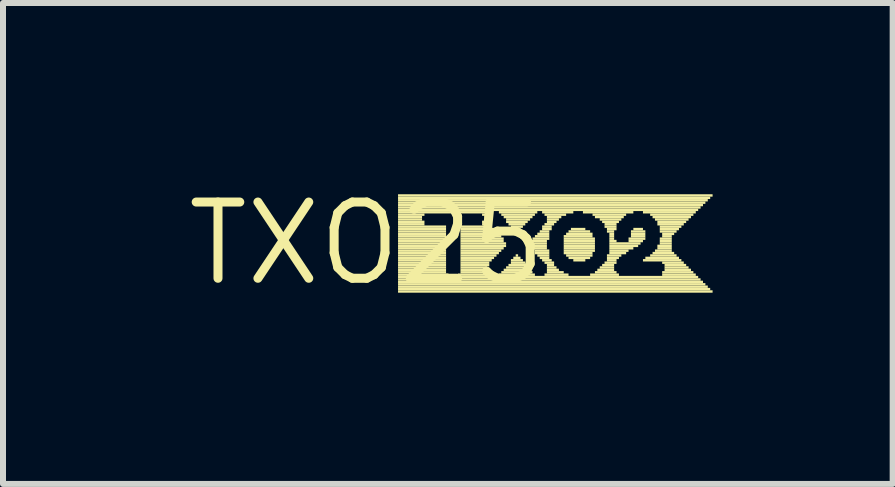
<source format=kicad_pcb>
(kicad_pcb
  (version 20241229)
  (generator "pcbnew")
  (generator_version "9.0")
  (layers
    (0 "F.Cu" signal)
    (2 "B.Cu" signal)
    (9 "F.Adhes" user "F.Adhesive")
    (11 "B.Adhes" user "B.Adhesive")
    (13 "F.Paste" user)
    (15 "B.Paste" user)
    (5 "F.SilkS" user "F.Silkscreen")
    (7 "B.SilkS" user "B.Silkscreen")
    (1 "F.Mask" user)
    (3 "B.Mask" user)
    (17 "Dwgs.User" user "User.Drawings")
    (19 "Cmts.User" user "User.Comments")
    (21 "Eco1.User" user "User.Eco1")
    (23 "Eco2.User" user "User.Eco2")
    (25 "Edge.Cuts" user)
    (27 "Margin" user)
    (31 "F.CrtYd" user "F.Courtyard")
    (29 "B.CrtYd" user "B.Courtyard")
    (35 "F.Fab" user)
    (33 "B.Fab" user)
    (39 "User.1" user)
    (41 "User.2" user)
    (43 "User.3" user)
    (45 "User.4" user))
  (footprint "TXO25"
    (layer "F.Cu")
    (at 3.061 1.006)
    (property "Reference" "TXO25" (at 0 0 0) (layer "F.SilkS") (effects (font (size 1.27 1.27) (thickness 0.15))))
    (fp_poly (pts (xy 0.52 -0.78) (xy 5.76 -0.78) (xy 5.76 -0.82) (xy 0.52 -0.82)) (stroke (width 0) (type solid)) (fill yes) (layer "F.SilkS"))
    (fp_poly (pts (xy 0.52 -0.74) (xy 5.72 -0.74) (xy 5.72 -0.78) (xy 0.52 -0.78)) (stroke (width 0) (type solid)) (fill yes) (layer "F.SilkS"))
    (fp_poly (pts (xy 0.52 -0.7) (xy 5.68 -0.7) (xy 5.68 -0.74) (xy 0.52 -0.74)) (stroke (width 0) (type solid)) (fill yes) (layer "F.SilkS"))
    (fp_poly (pts (xy 0.52 -0.66) (xy 5.64 -0.66) (xy 5.64 -0.7) (xy 0.52 -0.7)) (stroke (width 0) (type solid)) (fill yes) (layer "F.SilkS"))
    (fp_poly (pts (xy 0.52 -0.62) (xy 5.6 -0.62) (xy 5.6 -0.66) (xy 0.52 -0.66)) (stroke (width 0) (type solid)) (fill yes) (layer "F.SilkS"))
    (fp_poly (pts (xy 0.52 -0.58) (xy 5.56 -0.58) (xy 5.56 -0.62) (xy 0.52 -0.62)) (stroke (width 0) (type solid)) (fill yes) (layer "F.SilkS"))
    (fp_poly (pts (xy 0.52 -0.54) (xy 5.52 -0.54) (xy 5.52 -0.58) (xy 0.52 -0.58)) (stroke (width 0) (type solid)) (fill yes) (layer "F.SilkS"))
    (fp_poly (pts (xy 0.52 -0.5) (xy 2.08 -0.5) (xy 2.08 -0.54) (xy 0.52 -0.54)) (stroke (width 0) (type solid)) (fill yes) (layer "F.SilkS"))
    (fp_poly (pts (xy 0.52 -0.46) (xy 0.96 -0.46) (xy 0.96 -0.5) (xy 0.52 -0.5)) (stroke (width 0) (type solid)) (fill yes) (layer "F.SilkS"))
    (fp_poly (pts (xy 0.52 -0.42) (xy 0.92 -0.42) (xy 0.92 -0.46) (xy 0.52 -0.46)) (stroke (width 0) (type solid)) (fill yes) (layer "F.SilkS"))
    (fp_poly (pts (xy 0.52 -0.38) (xy 0.92 -0.38) (xy 0.92 -0.42) (xy 0.52 -0.42)) (stroke (width 0) (type solid)) (fill yes) (layer "F.SilkS"))
    (fp_poly (pts (xy 0.52 -0.34) (xy 0.96 -0.34) (xy 0.96 -0.38) (xy 0.52 -0.38)) (stroke (width 0) (type solid)) (fill yes) (layer "F.SilkS"))
    (fp_poly (pts (xy 0.52 -0.3) (xy 0.96 -0.3) (xy 0.96 -0.34) (xy 0.52 -0.34)) (stroke (width 0) (type solid)) (fill yes) (layer "F.SilkS"))
    (fp_poly (pts (xy 0.52 -0.26) (xy 1.32 -0.26) (xy 1.32 -0.3) (xy 0.52 -0.3)) (stroke (width 0) (type solid)) (fill yes) (layer "F.SilkS"))
    (fp_poly (pts (xy 0.52 -0.22) (xy 1.32 -0.22) (xy 1.32 -0.26) (xy 0.52 -0.26)) (stroke (width 0) (type solid)) (fill yes) (layer "F.SilkS"))
    (fp_poly (pts (xy 0.52 -0.18) (xy 1.32 -0.18) (xy 1.32 -0.22) (xy 0.52 -0.22)) (stroke (width 0) (type solid)) (fill yes) (layer "F.SilkS"))
    (fp_poly (pts (xy 0.52 -0.14) (xy 1.32 -0.14) (xy 1.32 -0.18) (xy 0.52 -0.18)) (stroke (width 0) (type solid)) (fill yes) (layer "F.SilkS"))
    (fp_poly (pts (xy 0.52 -0.1) (xy 1.32 -0.1) (xy 1.32 -0.14) (xy 0.52 -0.14)) (stroke (width 0) (type solid)) (fill yes) (layer "F.SilkS"))
    (fp_poly (pts (xy 0.52 -0.06) (xy 1.32 -0.06) (xy 1.32 -0.1) (xy 0.52 -0.1)) (stroke (width 0) (type solid)) (fill yes) (layer "F.SilkS"))
    (fp_poly (pts (xy 0.52 -0.02) (xy 1.32 -0.02) (xy 1.32 -0.06) (xy 0.52 -0.06)) (stroke (width 0) (type solid)) (fill yes) (layer "F.SilkS"))
    (fp_poly (pts (xy 0.52 0.02) (xy 1.32 0.02) (xy 1.32 -0.02) (xy 0.52 -0.02)) (stroke (width 0) (type solid)) (fill yes) (layer "F.SilkS"))
    (fp_poly (pts (xy 0.52 0.06) (xy 1.32 0.06) (xy 1.32 0.02) (xy 0.52 0.02)) (stroke (width 0) (type solid)) (fill yes) (layer "F.SilkS"))
    (fp_poly (pts (xy 0.52 0.1) (xy 1.32 0.1) (xy 1.32 0.06) (xy 0.52 0.06)) (stroke (width 0) (type solid)) (fill yes) (layer "F.SilkS"))
    (fp_poly (pts (xy 0.52 0.14) (xy 1.32 0.14) (xy 1.32 0.1) (xy 0.52 0.1)) (stroke (width 0) (type solid)) (fill yes) (layer "F.SilkS"))
    (fp_poly (pts (xy 0.52 0.18) (xy 1.32 0.18) (xy 1.32 0.14) (xy 0.52 0.14)) (stroke (width 0) (type solid)) (fill yes) (layer "F.SilkS"))
    (fp_poly (pts (xy 0.52 0.22) (xy 1.32 0.22) (xy 1.32 0.18) (xy 0.52 0.18)) (stroke (width 0) (type solid)) (fill yes) (layer "F.SilkS"))
    (fp_poly (pts (xy 0.52 0.26) (xy 1.32 0.26) (xy 1.32 0.22) (xy 0.52 0.22)) (stroke (width 0) (type solid)) (fill yes) (layer "F.SilkS"))
    (fp_poly (pts (xy 0.52 0.3) (xy 1.32 0.3) (xy 1.32 0.26) (xy 0.52 0.26)) (stroke (width 0) (type solid)) (fill yes) (layer "F.SilkS"))
    (fp_poly (pts (xy 0.52 0.34) (xy 1.32 0.34) (xy 1.32 0.3) (xy 0.52 0.3)) (stroke (width 0) (type solid)) (fill yes) (layer "F.SilkS"))
    (fp_poly (pts (xy 0.52 0.38) (xy 1.32 0.38) (xy 1.32 0.34) (xy 0.52 0.34)) (stroke (width 0) (type solid)) (fill yes) (layer "F.SilkS"))
    (fp_poly (pts (xy 0.52 0.42) (xy 1.32 0.42) (xy 1.32 0.38) (xy 0.52 0.38)) (stroke (width 0) (type solid)) (fill yes) (layer "F.SilkS"))
    (fp_poly (pts (xy 0.52 0.46) (xy 1.32 0.46) (xy 1.32 0.42) (xy 0.52 0.42)) (stroke (width 0) (type solid)) (fill yes) (layer "F.SilkS"))
    (fp_poly (pts (xy 0.52 0.5) (xy 1.32 0.5) (xy 1.32 0.46) (xy 0.52 0.46)) (stroke (width 0) (type solid)) (fill yes) (layer "F.SilkS"))
    (fp_poly (pts (xy 0.52 0.54) (xy 1.36 0.54) (xy 1.36 0.5) (xy 0.52 0.5)) (stroke (width 0) (type solid)) (fill yes) (layer "F.SilkS"))
    (fp_poly (pts (xy 0.52 0.58) (xy 5.52 0.58) (xy 5.52 0.54) (xy 0.52 0.54)) (stroke (width 0) (type solid)) (fill yes) (layer "F.SilkS"))
    (fp_poly (pts (xy 0.52 0.62) (xy 5.56 0.62) (xy 5.56 0.58) (xy 0.52 0.58)) (stroke (width 0) (type solid)) (fill yes) (layer "F.SilkS"))
    (fp_poly (pts (xy 0.52 0.66) (xy 5.6 0.66) (xy 5.6 0.62) (xy 0.52 0.62)) (stroke (width 0) (type solid)) (fill yes) (layer "F.SilkS"))
    (fp_poly (pts (xy 0.52 0.7) (xy 5.64 0.7) (xy 5.64 0.66) (xy 0.52 0.66)) (stroke (width 0) (type solid)) (fill yes) (layer "F.SilkS"))
    (fp_poly (pts (xy 0.52 0.74) (xy 5.68 0.74) (xy 5.68 0.7) (xy 0.52 0.7)) (stroke (width 0) (type solid)) (fill yes) (layer "F.SilkS"))
    (fp_poly (pts (xy 0.52 0.78) (xy 5.72 0.78) (xy 5.72 0.74) (xy 0.52 0.74)) (stroke (width 0) (type solid)) (fill yes) (layer "F.SilkS"))
    (fp_poly (pts (xy 0.52 0.82) (xy 5.76 0.82) (xy 5.76 0.78) (xy 0.52 0.78)) (stroke (width 0) (type solid)) (fill yes) (layer "F.SilkS"))
    (fp_poly (pts (xy 1.52 0.54) (xy 2.08 0.54) (xy 2.08 0.5) (xy 1.52 0.5)) (stroke (width 0) (type solid)) (fill yes) (layer "F.SilkS"))
    (fp_poly (pts (xy 1.56 -0.26) (xy 2.08 -0.26) (xy 2.08 -0.3) (xy 1.56 -0.3)) (stroke (width 0) (type solid)) (fill yes) (layer "F.SilkS"))
    (fp_poly (pts (xy 1.56 -0.22) (xy 2.12 -0.22) (xy 2.12 -0.26) (xy 1.56 -0.26)) (stroke (width 0) (type solid)) (fill yes) (layer "F.SilkS"))
    (fp_poly (pts (xy 1.56 -0.18) (xy 2.16 -0.18) (xy 2.16 -0.22) (xy 1.56 -0.22)) (stroke (width 0) (type solid)) (fill yes) (layer "F.SilkS"))
    (fp_poly (pts (xy 1.56 -0.14) (xy 2.2 -0.14) (xy 2.2 -0.18) (xy 1.56 -0.18)) (stroke (width 0) (type solid)) (fill yes) (layer "F.SilkS"))
    (fp_poly (pts (xy 1.56 -0.1) (xy 2.24 -0.1) (xy 2.24 -0.14) (xy 1.56 -0.14)) (stroke (width 0) (type solid)) (fill yes) (layer "F.SilkS"))
    (fp_poly (pts (xy 1.56 -0.06) (xy 2.28 -0.06) (xy 2.28 -0.1) (xy 1.56 -0.1)) (stroke (width 0) (type solid)) (fill yes) (layer "F.SilkS"))
    (fp_poly (pts (xy 1.56 -0.02) (xy 2.28 -0.02) (xy 2.28 -0.06) (xy 1.56 -0.06)) (stroke (width 0) (type solid)) (fill yes) (layer "F.SilkS"))
    (fp_poly (pts (xy 1.56 0.02) (xy 2.32 0.02) (xy 2.32 -0.02) (xy 1.56 -0.02)) (stroke (width 0) (type solid)) (fill yes) (layer "F.SilkS"))
    (fp_poly (pts (xy 1.56 0.06) (xy 2.32 0.06) (xy 2.32 0.02) (xy 1.56 0.02)) (stroke (width 0) (type solid)) (fill yes) (layer "F.SilkS"))
    (fp_poly (pts (xy 1.56 0.1) (xy 2.28 0.1) (xy 2.28 0.06) (xy 1.56 0.06)) (stroke (width 0) (type solid)) (fill yes) (layer "F.SilkS"))
    (fp_poly (pts (xy 1.56 0.14) (xy 2.24 0.14) (xy 2.24 0.1) (xy 1.56 0.1)) (stroke (width 0) (type solid)) (fill yes) (layer "F.SilkS"))
    (fp_poly (pts (xy 1.56 0.18) (xy 2.2 0.18) (xy 2.2 0.14) (xy 1.56 0.14)) (stroke (width 0) (type solid)) (fill yes) (layer "F.SilkS"))
    (fp_poly (pts (xy 1.56 0.22) (xy 2.16 0.22) (xy 2.16 0.18) (xy 1.56 0.18)) (stroke (width 0) (type solid)) (fill yes) (layer "F.SilkS"))
    (fp_poly (pts (xy 1.56 0.26) (xy 2.12 0.26) (xy 2.12 0.22) (xy 1.56 0.22)) (stroke (width 0) (type solid)) (fill yes) (layer "F.SilkS"))
    (fp_poly (pts (xy 1.56 0.3) (xy 2.08 0.3) (xy 2.08 0.26) (xy 1.56 0.26)) (stroke (width 0) (type solid)) (fill yes) (layer "F.SilkS"))
    (fp_poly (pts (xy 1.56 0.34) (xy 2.04 0.34) (xy 2.04 0.3) (xy 1.56 0.3)) (stroke (width 0) (type solid)) (fill yes) (layer "F.SilkS"))
    (fp_poly (pts (xy 1.56 0.38) (xy 2.04 0.38) (xy 2.04 0.34) (xy 1.56 0.34)) (stroke (width 0) (type solid)) (fill yes) (layer "F.SilkS"))
    (fp_poly (pts (xy 1.56 0.42) (xy 2 0.42) (xy 2 0.38) (xy 1.56 0.38)) (stroke (width 0) (type solid)) (fill yes) (layer "F.SilkS"))
    (fp_poly (pts (xy 1.56 0.46) (xy 2 0.46) (xy 2 0.42) (xy 1.56 0.42)) (stroke (width 0) (type solid)) (fill yes) (layer "F.SilkS"))
    (fp_poly (pts (xy 1.56 0.5) (xy 2.04 0.5) (xy 2.04 0.46) (xy 1.56 0.46)) (stroke (width 0) (type solid)) (fill yes) (layer "F.SilkS"))
    (fp_poly (pts (xy 1.92 -0.46) (xy 2.04 -0.46) (xy 2.04 -0.5) (xy 1.92 -0.5)) (stroke (width 0) (type solid)) (fill yes) (layer "F.SilkS"))
    (fp_poly (pts (xy 1.92 -0.34) (xy 2 -0.34) (xy 2 -0.38) (xy 1.92 -0.38)) (stroke (width 0) (type solid)) (fill yes) (layer "F.SilkS"))
    (fp_poly (pts (xy 1.92 -0.3) (xy 2.04 -0.3) (xy 2.04 -0.34) (xy 1.92 -0.34)) (stroke (width 0) (type solid)) (fill yes) (layer "F.SilkS"))
    (fp_poly (pts (xy 1.96 -0.42) (xy 2 -0.42) (xy 2 -0.46) (xy 1.96 -0.46)) (stroke (width 0) (type solid)) (fill yes) (layer "F.SilkS"))
    (fp_poly (pts (xy 1.96 -0.38) (xy 2 -0.38) (xy 2 -0.42) (xy 1.96 -0.42)) (stroke (width 0) (type solid)) (fill yes) (layer "F.SilkS"))
    (fp_poly (pts (xy 2.2 -0.5) (xy 2.84 -0.5) (xy 2.84 -0.54) (xy 2.2 -0.54)) (stroke (width 0) (type solid)) (fill yes) (layer "F.SilkS"))
    (fp_poly (pts (xy 2.2 0.54) (xy 2.8 0.54) (xy 2.8 0.5) (xy 2.2 0.5)) (stroke (width 0) (type solid)) (fill yes) (layer "F.SilkS"))
    (fp_poly (pts (xy 2.24 -0.46) (xy 2.8 -0.46) (xy 2.8 -0.5) (xy 2.24 -0.5)) (stroke (width 0) (type solid)) (fill yes) (layer "F.SilkS"))
    (fp_poly (pts (xy 2.24 0.5) (xy 2.76 0.5) (xy 2.76 0.46) (xy 2.24 0.46)) (stroke (width 0) (type solid)) (fill yes) (layer "F.SilkS"))
    (fp_poly (pts (xy 2.28 -0.42) (xy 2.76 -0.42) (xy 2.76 -0.46) (xy 2.28 -0.46)) (stroke (width 0) (type solid)) (fill yes) (layer "F.SilkS"))
    (fp_poly (pts (xy 2.28 0.46) (xy 2.72 0.46) (xy 2.72 0.42) (xy 2.28 0.42)) (stroke (width 0) (type solid)) (fill yes) (layer "F.SilkS"))
    (fp_poly (pts (xy 2.32 -0.38) (xy 2.72 -0.38) (xy 2.72 -0.42) (xy 2.32 -0.42)) (stroke (width 0) (type solid)) (fill yes) (layer "F.SilkS"))
    (fp_poly (pts (xy 2.32 -0.34) (xy 2.68 -0.34) (xy 2.68 -0.38) (xy 2.32 -0.38)) (stroke (width 0) (type solid)) (fill yes) (layer "F.SilkS"))
    (fp_poly (pts (xy 2.32 0.42) (xy 2.72 0.42) (xy 2.72 0.38) (xy 2.32 0.38)) (stroke (width 0) (type solid)) (fill yes) (layer "F.SilkS"))
    (fp_poly (pts (xy 2.36 -0.3) (xy 2.64 -0.3) (xy 2.64 -0.34) (xy 2.36 -0.34)) (stroke (width 0) (type solid)) (fill yes) (layer "F.SilkS"))
    (fp_poly (pts (xy 2.36 0.38) (xy 2.68 0.38) (xy 2.68 0.34) (xy 2.36 0.34)) (stroke (width 0) (type solid)) (fill yes) (layer "F.SilkS"))
    (fp_poly (pts (xy 2.4 -0.26) (xy 2.6 -0.26) (xy 2.6 -0.3) (xy 2.4 -0.3)) (stroke (width 0) (type solid)) (fill yes) (layer "F.SilkS"))
    (fp_poly (pts (xy 2.4 0.3) (xy 2.6 0.3) (xy 2.6 0.26) (xy 2.4 0.26)) (stroke (width 0) (type solid)) (fill yes) (layer "F.SilkS"))
    (fp_poly (pts (xy 2.4 0.34) (xy 2.64 0.34) (xy 2.64 0.3) (xy 2.4 0.3)) (stroke (width 0) (type solid)) (fill yes) (layer "F.SilkS"))
    (fp_poly (pts (xy 2.44 -0.22) (xy 2.56 -0.22) (xy 2.56 -0.26) (xy 2.44 -0.26)) (stroke (width 0) (type solid)) (fill yes) (layer "F.SilkS"))
    (fp_poly (pts (xy 2.44 0.26) (xy 2.56 0.26) (xy 2.56 0.22) (xy 2.44 0.22)) (stroke (width 0) (type solid)) (fill yes) (layer "F.SilkS"))
    (fp_poly (pts (xy 2.48 -0.18) (xy 2.52 -0.18) (xy 2.52 -0.22) (xy 2.48 -0.22)) (stroke (width 0) (type solid)) (fill yes) (layer "F.SilkS"))
    (fp_poly (pts (xy 2.48 0.22) (xy 2.52 0.22) (xy 2.52 0.18) (xy 2.48 0.18)) (stroke (width 0) (type solid)) (fill yes) (layer "F.SilkS"))
    (fp_poly (pts (xy 2.68 0.02) (xy 3 0.02) (xy 3 -0.02) (xy 2.68 -0.02)) (stroke (width 0) (type solid)) (fill yes) (layer "F.SilkS"))
    (fp_poly (pts (xy 2.72 -0.02) (xy 3 -0.02) (xy 3 -0.06) (xy 2.72 -0.06)) (stroke (width 0) (type solid)) (fill yes) (layer "F.SilkS"))
    (fp_poly (pts (xy 2.72 0.06) (xy 3 0.06) (xy 3 0.02) (xy 2.72 0.02)) (stroke (width 0) (type solid)) (fill yes) (layer "F.SilkS"))
    (fp_poly (pts (xy 2.76 -0.06) (xy 3.04 -0.06) (xy 3.04 -0.1) (xy 2.76 -0.1)) (stroke (width 0) (type solid)) (fill yes) (layer "F.SilkS"))
    (fp_poly (pts (xy 2.76 0.1) (xy 3 0.1) (xy 3 0.06) (xy 2.76 0.06)) (stroke (width 0) (type solid)) (fill yes) (layer "F.SilkS"))
    (fp_poly (pts (xy 2.8 -0.1) (xy 3.04 -0.1) (xy 3.04 -0.14) (xy 2.8 -0.14)) (stroke (width 0) (type solid)) (fill yes) (layer "F.SilkS"))
    (fp_poly (pts (xy 2.8 0.14) (xy 3.04 0.14) (xy 3.04 0.1) (xy 2.8 0.1)) (stroke (width 0) (type solid)) (fill yes) (layer "F.SilkS"))
    (fp_poly (pts (xy 2.8 0.18) (xy 3.04 0.18) (xy 3.04 0.14) (xy 2.8 0.14)) (stroke (width 0) (type solid)) (fill yes) (layer "F.SilkS"))
    (fp_poly (pts (xy 2.84 -0.14) (xy 3.04 -0.14) (xy 3.04 -0.18) (xy 2.84 -0.18)) (stroke (width 0) (type solid)) (fill yes) (layer "F.SilkS"))
    (fp_poly (pts (xy 2.84 0.22) (xy 3.04 0.22) (xy 3.04 0.18) (xy 2.84 0.18)) (stroke (width 0) (type solid)) (fill yes) (layer "F.SilkS"))
    (fp_poly (pts (xy 2.88 -0.18) (xy 3.04 -0.18) (xy 3.04 -0.22) (xy 2.88 -0.22)) (stroke (width 0) (type solid)) (fill yes) (layer "F.SilkS"))
    (fp_poly (pts (xy 2.88 0.26) (xy 3.04 0.26) (xy 3.04 0.22) (xy 2.88 0.22)) (stroke (width 0) (type solid)) (fill yes) (layer "F.SilkS"))
    (fp_poly (pts (xy 2.92 -0.5) (xy 3.44 -0.5) (xy 3.44 -0.54) (xy 2.92 -0.54)) (stroke (width 0) (type solid)) (fill yes) (layer "F.SilkS"))
    (fp_poly (pts (xy 2.92 -0.26) (xy 3.08 -0.26) (xy 3.08 -0.3) (xy 2.92 -0.3)) (stroke (width 0) (type solid)) (fill yes) (layer "F.SilkS"))
    (fp_poly (pts (xy 2.92 -0.22) (xy 3.08 -0.22) (xy 3.08 -0.26) (xy 2.92 -0.26)) (stroke (width 0) (type solid)) (fill yes) (layer "F.SilkS"))
    (fp_poly (pts (xy 2.92 0.3) (xy 3.08 0.3) (xy 3.08 0.26) (xy 2.92 0.26)) (stroke (width 0) (type solid)) (fill yes) (layer "F.SilkS"))
    (fp_poly (pts (xy 2.96 -0.46) (xy 3.32 -0.46) (xy 3.32 -0.5) (xy 2.96 -0.5)) (stroke (width 0) (type solid)) (fill yes) (layer "F.SilkS"))
    (fp_poly (pts (xy 2.96 -0.3) (xy 3.12 -0.3) (xy 3.12 -0.34) (xy 2.96 -0.34)) (stroke (width 0) (type solid)) (fill yes) (layer "F.SilkS"))
    (fp_poly (pts (xy 2.96 0.34) (xy 3.12 0.34) (xy 3.12 0.3) (xy 2.96 0.3)) (stroke (width 0) (type solid)) (fill yes) (layer "F.SilkS"))
    (fp_poly (pts (xy 2.96 0.54) (xy 3.36 0.54) (xy 3.36 0.5) (xy 2.96 0.5)) (stroke (width 0) (type solid)) (fill yes) (layer "F.SilkS"))
    (fp_poly (pts (xy 3 -0.42) (xy 3.24 -0.42) (xy 3.24 -0.46) (xy 3 -0.46)) (stroke (width 0) (type solid)) (fill yes) (layer "F.SilkS"))
    (fp_poly (pts (xy 3 -0.38) (xy 3.2 -0.38) (xy 3.2 -0.42) (xy 3 -0.42)) (stroke (width 0) (type solid)) (fill yes) (layer "F.SilkS"))
    (fp_poly (pts (xy 3 -0.34) (xy 3.16 -0.34) (xy 3.16 -0.38) (xy 3 -0.38)) (stroke (width 0) (type solid)) (fill yes) (layer "F.SilkS"))
    (fp_poly (pts (xy 3 0.38) (xy 3.12 0.38) (xy 3.12 0.34) (xy 3 0.34)) (stroke (width 0) (type solid)) (fill yes) (layer "F.SilkS"))
    (fp_poly (pts (xy 3 0.42) (xy 3.16 0.42) (xy 3.16 0.38) (xy 3 0.38)) (stroke (width 0) (type solid)) (fill yes) (layer "F.SilkS"))
    (fp_poly (pts (xy 3 0.46) (xy 3.2 0.46) (xy 3.2 0.42) (xy 3 0.42)) (stroke (width 0) (type solid)) (fill yes) (layer "F.SilkS"))
    (fp_poly (pts (xy 3 0.5) (xy 3.28 0.5) (xy 3.28 0.46) (xy 3 0.46)) (stroke (width 0) (type solid)) (fill yes) (layer "F.SilkS"))
    (fp_poly (pts (xy 3.28 -0.1) (xy 3.76 -0.1) (xy 3.76 -0.14) (xy 3.28 -0.14)) (stroke (width 0) (type solid)) (fill yes) (layer "F.SilkS"))
    (fp_poly (pts (xy 3.28 -0.06) (xy 3.8 -0.06) (xy 3.8 -0.1) (xy 3.28 -0.1)) (stroke (width 0) (type solid)) (fill yes) (layer "F.SilkS"))
    (fp_poly (pts (xy 3.28 -0.02) (xy 3.8 -0.02) (xy 3.8 -0.06) (xy 3.28 -0.06)) (stroke (width 0) (type solid)) (fill yes) (layer "F.SilkS"))
    (fp_poly (pts (xy 3.28 0.02) (xy 3.8 0.02) (xy 3.8 -0.02) (xy 3.28 -0.02)) (stroke (width 0) (type solid)) (fill yes) (layer "F.SilkS"))
    (fp_poly (pts (xy 3.28 0.06) (xy 3.8 0.06) (xy 3.8 0.02) (xy 3.28 0.02)) (stroke (width 0) (type solid)) (fill yes) (layer "F.SilkS"))
    (fp_poly (pts (xy 3.28 0.1) (xy 3.8 0.1) (xy 3.8 0.06) (xy 3.28 0.06)) (stroke (width 0) (type solid)) (fill yes) (layer "F.SilkS"))
    (fp_poly (pts (xy 3.28 0.14) (xy 3.8 0.14) (xy 3.8 0.1) (xy 3.28 0.1)) (stroke (width 0) (type solid)) (fill yes) (layer "F.SilkS"))
    (fp_poly (pts (xy 3.28 0.18) (xy 3.76 0.18) (xy 3.76 0.14) (xy 3.28 0.14)) (stroke (width 0) (type solid)) (fill yes) (layer "F.SilkS"))
    (fp_poly (pts (xy 3.32 -0.14) (xy 3.76 -0.14) (xy 3.76 -0.18) (xy 3.32 -0.18)) (stroke (width 0) (type solid)) (fill yes) (layer "F.SilkS"))
    (fp_poly (pts (xy 3.32 0.22) (xy 3.76 0.22) (xy 3.76 0.18) (xy 3.32 0.18)) (stroke (width 0) (type solid)) (fill yes) (layer "F.SilkS"))
    (fp_poly (pts (xy 3.36 -0.18) (xy 3.72 -0.18) (xy 3.72 -0.22) (xy 3.36 -0.22)) (stroke (width 0) (type solid)) (fill yes) (layer "F.SilkS"))
    (fp_poly (pts (xy 3.36 0.26) (xy 3.72 0.26) (xy 3.72 0.22) (xy 3.36 0.22)) (stroke (width 0) (type solid)) (fill yes) (layer "F.SilkS"))
    (fp_poly (pts (xy 3.4 -0.22) (xy 3.64 -0.22) (xy 3.64 -0.26) (xy 3.4 -0.26)) (stroke (width 0) (type solid)) (fill yes) (layer "F.SilkS"))
    (fp_poly (pts (xy 3.44 0.3) (xy 3.64 0.3) (xy 3.64 0.26) (xy 3.44 0.26)) (stroke (width 0) (type solid)) (fill yes) (layer "F.SilkS"))
    (fp_poly (pts (xy 3.6 -0.5) (xy 4.44 -0.5) (xy 4.44 -0.54) (xy 3.6 -0.54)) (stroke (width 0) (type solid)) (fill yes) (layer "F.SilkS"))
    (fp_poly (pts (xy 3.72 0.54) (xy 4.2 0.54) (xy 4.2 0.5) (xy 3.72 0.5)) (stroke (width 0) (type solid)) (fill yes) (layer "F.SilkS"))
    (fp_poly (pts (xy 3.76 -0.46) (xy 4.32 -0.46) (xy 4.32 -0.5) (xy 3.76 -0.5)) (stroke (width 0) (type solid)) (fill yes) (layer "F.SilkS"))
    (fp_poly (pts (xy 3.8 -0.42) (xy 4.28 -0.42) (xy 4.28 -0.46) (xy 3.8 -0.46)) (stroke (width 0) (type solid)) (fill yes) (layer "F.SilkS"))
    (fp_poly (pts (xy 3.8 0.5) (xy 4.16 0.5) (xy 4.16 0.46) (xy 3.8 0.46)) (stroke (width 0) (type solid)) (fill yes) (layer "F.SilkS"))
    (fp_poly (pts (xy 3.84 0.46) (xy 4.12 0.46) (xy 4.12 0.42) (xy 3.84 0.42)) (stroke (width 0) (type solid)) (fill yes) (layer "F.SilkS"))
    (fp_poly (pts (xy 3.88 -0.38) (xy 4.24 -0.38) (xy 4.24 -0.42) (xy 3.88 -0.42)) (stroke (width 0) (type solid)) (fill yes) (layer "F.SilkS"))
    (fp_poly (pts (xy 3.88 0.42) (xy 4.12 0.42) (xy 4.12 0.38) (xy 3.88 0.38)) (stroke (width 0) (type solid)) (fill yes) (layer "F.SilkS"))
    (fp_poly (pts (xy 3.92 -0.34) (xy 4.2 -0.34) (xy 4.2 -0.38) (xy 3.92 -0.38)) (stroke (width 0) (type solid)) (fill yes) (layer "F.SilkS"))
    (fp_poly (pts (xy 3.92 0.38) (xy 4.12 0.38) (xy 4.12 0.34) (xy 3.92 0.34)) (stroke (width 0) (type solid)) (fill yes) (layer "F.SilkS"))
    (fp_poly (pts (xy 3.96 -0.3) (xy 4.16 -0.3) (xy 4.16 -0.34) (xy 3.96 -0.34)) (stroke (width 0) (type solid)) (fill yes) (layer "F.SilkS"))
    (fp_poly (pts (xy 3.96 -0.26) (xy 4.16 -0.26) (xy 4.16 -0.3) (xy 3.96 -0.3)) (stroke (width 0) (type solid)) (fill yes) (layer "F.SilkS"))
    (fp_poly (pts (xy 3.96 0.34) (xy 4.16 0.34) (xy 4.16 0.3) (xy 3.96 0.3)) (stroke (width 0) (type solid)) (fill yes) (layer "F.SilkS"))
    (fp_poly (pts (xy 4 -0.22) (xy 4.16 -0.22) (xy 4.16 -0.26) (xy 4 -0.26)) (stroke (width 0) (type solid)) (fill yes) (layer "F.SilkS"))
    (fp_poly (pts (xy 4 -0.18) (xy 4.12 -0.18) (xy 4.12 -0.22) (xy 4 -0.22)) (stroke (width 0) (type solid)) (fill yes) (layer "F.SilkS"))
    (fp_poly (pts (xy 4 0.22) (xy 4.24 0.22) (xy 4.24 0.18) (xy 4 0.18)) (stroke (width 0) (type solid)) (fill yes) (layer "F.SilkS"))
    (fp_poly (pts (xy 4 0.26) (xy 4.2 0.26) (xy 4.2 0.22) (xy 4 0.22)) (stroke (width 0) (type solid)) (fill yes) (layer "F.SilkS"))
    (fp_poly (pts (xy 4 0.3) (xy 4.16 0.3) (xy 4.16 0.26) (xy 4 0.26)) (stroke (width 0) (type solid)) (fill yes) (layer "F.SilkS"))
    (fp_poly (pts (xy 4.04 -0.14) (xy 4.12 -0.14) (xy 4.12 -0.18) (xy 4.04 -0.18)) (stroke (width 0) (type solid)) (fill yes) (layer "F.SilkS"))
    (fp_poly (pts (xy 4.04 -0.1) (xy 4.12 -0.1) (xy 4.12 -0.14) (xy 4.04 -0.14)) (stroke (width 0) (type solid)) (fill yes) (layer "F.SilkS"))
    (fp_poly (pts (xy 4.04 -0.06) (xy 4.12 -0.06) (xy 4.12 -0.1) (xy 4.04 -0.1)) (stroke (width 0) (type solid)) (fill yes) (layer "F.SilkS"))
    (fp_poly (pts (xy 4.04 -0.02) (xy 4.16 -0.02) (xy 4.16 -0.06) (xy 4.04 -0.06)) (stroke (width 0) (type solid)) (fill yes) (layer "F.SilkS"))
    (fp_poly (pts (xy 4.04 0.02) (xy 4.56 0.02) (xy 4.56 -0.02) (xy 4.04 -0.02)) (stroke (width 0) (type solid)) (fill yes) (layer "F.SilkS"))
    (fp_poly (pts (xy 4.04 0.06) (xy 4.52 0.06) (xy 4.52 0.02) (xy 4.04 0.02)) (stroke (width 0) (type solid)) (fill yes) (layer "F.SilkS"))
    (fp_poly (pts (xy 4.04 0.1) (xy 4.44 0.1) (xy 4.44 0.06) (xy 4.04 0.06)) (stroke (width 0) (type solid)) (fill yes) (layer "F.SilkS"))
    (fp_poly (pts (xy 4.04 0.14) (xy 4.36 0.14) (xy 4.36 0.1) (xy 4.04 0.1)) (stroke (width 0) (type solid)) (fill yes) (layer "F.SilkS"))
    (fp_poly (pts (xy 4.04 0.18) (xy 4.32 0.18) (xy 4.32 0.14) (xy 4.04 0.14)) (stroke (width 0) (type solid)) (fill yes) (layer "F.SilkS"))
    (fp_poly (pts (xy 4.36 -0.06) (xy 4.64 -0.06) (xy 4.64 -0.1) (xy 4.36 -0.1)) (stroke (width 0) (type solid)) (fill yes) (layer "F.SilkS"))
    (fp_poly (pts (xy 4.36 -0.02) (xy 4.6 -0.02) (xy 4.6 -0.06) (xy 4.36 -0.06)) (stroke (width 0) (type solid)) (fill yes) (layer "F.SilkS"))
    (fp_poly (pts (xy 4.4 -0.18) (xy 4.64 -0.18) (xy 4.64 -0.22) (xy 4.4 -0.22)) (stroke (width 0) (type solid)) (fill yes) (layer "F.SilkS"))
    (fp_poly (pts (xy 4.4 -0.14) (xy 4.64 -0.14) (xy 4.64 -0.18) (xy 4.4 -0.18)) (stroke (width 0) (type solid)) (fill yes) (layer "F.SilkS"))
    (fp_poly (pts (xy 4.4 -0.1) (xy 4.64 -0.1) (xy 4.64 -0.14) (xy 4.4 -0.14)) (stroke (width 0) (type solid)) (fill yes) (layer "F.SilkS"))
    (fp_poly (pts (xy 4.44 -0.22) (xy 4.6 -0.22) (xy 4.6 -0.26) (xy 4.44 -0.26)) (stroke (width 0) (type solid)) (fill yes) (layer "F.SilkS"))
    (fp_poly (pts (xy 4.6 -0.5) (xy 5.48 -0.5) (xy 5.48 -0.54) (xy 4.6 -0.54)) (stroke (width 0) (type solid)) (fill yes) (layer "F.SilkS"))
    (fp_poly (pts (xy 4.6 0.3) (xy 5.24 0.3) (xy 5.24 0.26) (xy 4.6 0.26)) (stroke (width 0) (type solid)) (fill yes) (layer "F.SilkS"))
    (fp_poly (pts (xy 4.64 0.26) (xy 5.2 0.26) (xy 5.2 0.22) (xy 4.64 0.22)) (stroke (width 0) (type solid)) (fill yes) (layer "F.SilkS"))
    (fp_poly (pts (xy 4.72 -0.46) (xy 5.44 -0.46) (xy 5.44 -0.5) (xy 4.72 -0.5)) (stroke (width 0) (type solid)) (fill yes) (layer "F.SilkS"))
    (fp_poly (pts (xy 4.72 0.22) (xy 5.16 0.22) (xy 5.16 0.18) (xy 4.72 0.18)) (stroke (width 0) (type solid)) (fill yes) (layer "F.SilkS"))
    (fp_poly (pts (xy 4.76 -0.42) (xy 5.4 -0.42) (xy 5.4 -0.46) (xy 4.76 -0.46)) (stroke (width 0) (type solid)) (fill yes) (layer "F.SilkS"))
    (fp_poly (pts (xy 4.76 0.18) (xy 5.12 0.18) (xy 5.12 0.14) (xy 4.76 0.14)) (stroke (width 0) (type solid)) (fill yes) (layer "F.SilkS"))
    (fp_poly (pts (xy 4.8 -0.38) (xy 5.36 -0.38) (xy 5.36 -0.42) (xy 4.8 -0.42)) (stroke (width 0) (type solid)) (fill yes) (layer "F.SilkS"))
    (fp_poly (pts (xy 4.8 0.14) (xy 5.08 0.14) (xy 5.08 0.1) (xy 4.8 0.1)) (stroke (width 0) (type solid)) (fill yes) (layer "F.SilkS"))
    (fp_poly (pts (xy 4.84 -0.34) (xy 5.32 -0.34) (xy 5.32 -0.38) (xy 4.84 -0.38)) (stroke (width 0) (type solid)) (fill yes) (layer "F.SilkS"))
    (fp_poly (pts (xy 4.84 -0.3) (xy 5.28 -0.3) (xy 5.28 -0.34) (xy 4.84 -0.34)) (stroke (width 0) (type solid)) (fill yes) (layer "F.SilkS"))
    (fp_poly (pts (xy 4.84 0.06) (xy 5.08 0.06) (xy 5.08 0.02) (xy 4.84 0.02)) (stroke (width 0) (type solid)) (fill yes) (layer "F.SilkS"))
    (fp_poly (pts (xy 4.84 0.1) (xy 5.08 0.1) (xy 5.08 0.06) (xy 4.84 0.06)) (stroke (width 0) (type solid)) (fill yes) (layer "F.SilkS"))
    (fp_poly (pts (xy 4.88 -0.26) (xy 5.24 -0.26) (xy 5.24 -0.3) (xy 4.88 -0.3)) (stroke (width 0) (type solid)) (fill yes) (layer "F.SilkS"))
    (fp_poly (pts (xy 4.88 -0.22) (xy 5.2 -0.22) (xy 5.2 -0.26) (xy 4.88 -0.26)) (stroke (width 0) (type solid)) (fill yes) (layer "F.SilkS"))
    (fp_poly (pts (xy 4.88 -0.18) (xy 5.16 -0.18) (xy 5.16 -0.22) (xy 4.88 -0.22)) (stroke (width 0) (type solid)) (fill yes) (layer "F.SilkS"))
    (fp_poly (pts (xy 4.88 -0.06) (xy 5.08 -0.06) (xy 5.08 -0.1) (xy 4.88 -0.1)) (stroke (width 0) (type solid)) (fill yes) (layer "F.SilkS"))
    (fp_poly (pts (xy 4.88 -0.02) (xy 5.08 -0.02) (xy 5.08 -0.06) (xy 4.88 -0.06)) (stroke (width 0) (type solid)) (fill yes) (layer "F.SilkS"))
    (fp_poly (pts (xy 4.88 0.02) (xy 5.08 0.02) (xy 5.08 -0.02) (xy 4.88 -0.02)) (stroke (width 0) (type solid)) (fill yes) (layer "F.SilkS"))
    (fp_poly (pts (xy 4.92 -0.14) (xy 5.12 -0.14) (xy 5.12 -0.18) (xy 4.92 -0.18)) (stroke (width 0) (type solid)) (fill yes) (layer "F.SilkS"))
    (fp_poly (pts (xy 4.92 -0.1) (xy 5.08 -0.1) (xy 5.08 -0.14) (xy 4.92 -0.14)) (stroke (width 0) (type solid)) (fill yes) (layer "F.SilkS"))
    (fp_poly (pts (xy 4.92 0.34) (xy 5.28 0.34) (xy 5.28 0.3) (xy 4.92 0.3)) (stroke (width 0) (type solid)) (fill yes) (layer "F.SilkS"))
    (fp_poly (pts (xy 4.92 0.5) (xy 5.44 0.5) (xy 5.44 0.46) (xy 4.92 0.46)) (stroke (width 0) (type solid)) (fill yes) (layer "F.SilkS"))
    (fp_poly (pts (xy 4.92 0.54) (xy 5.48 0.54) (xy 5.48 0.5) (xy 4.92 0.5)) (stroke (width 0) (type solid)) (fill yes) (layer "F.SilkS"))
    (fp_poly (pts (xy 4.96 0.38) (xy 5.32 0.38) (xy 5.32 0.34) (xy 4.96 0.34)) (stroke (width 0) (type solid)) (fill yes) (layer "F.SilkS"))
    (fp_poly (pts (xy 4.96 0.42) (xy 5.36 0.42) (xy 5.36 0.38) (xy 4.96 0.38)) (stroke (width 0) (type solid)) (fill yes) (layer "F.SilkS"))
    (fp_poly (pts (xy 4.96 0.46) (xy 5.4 0.46) (xy 5.4 0.42) (xy 4.96 0.42)) (stroke (width 0) (type solid)) (fill yes) (layer "F.SilkS")))
  (gr_rect
    (start -3 -3)
    (end 11.821 5.012)
    (stroke (width 0.1) (type default))
    (fill no)
    (layer "Edge.Cuts")))
</source>
